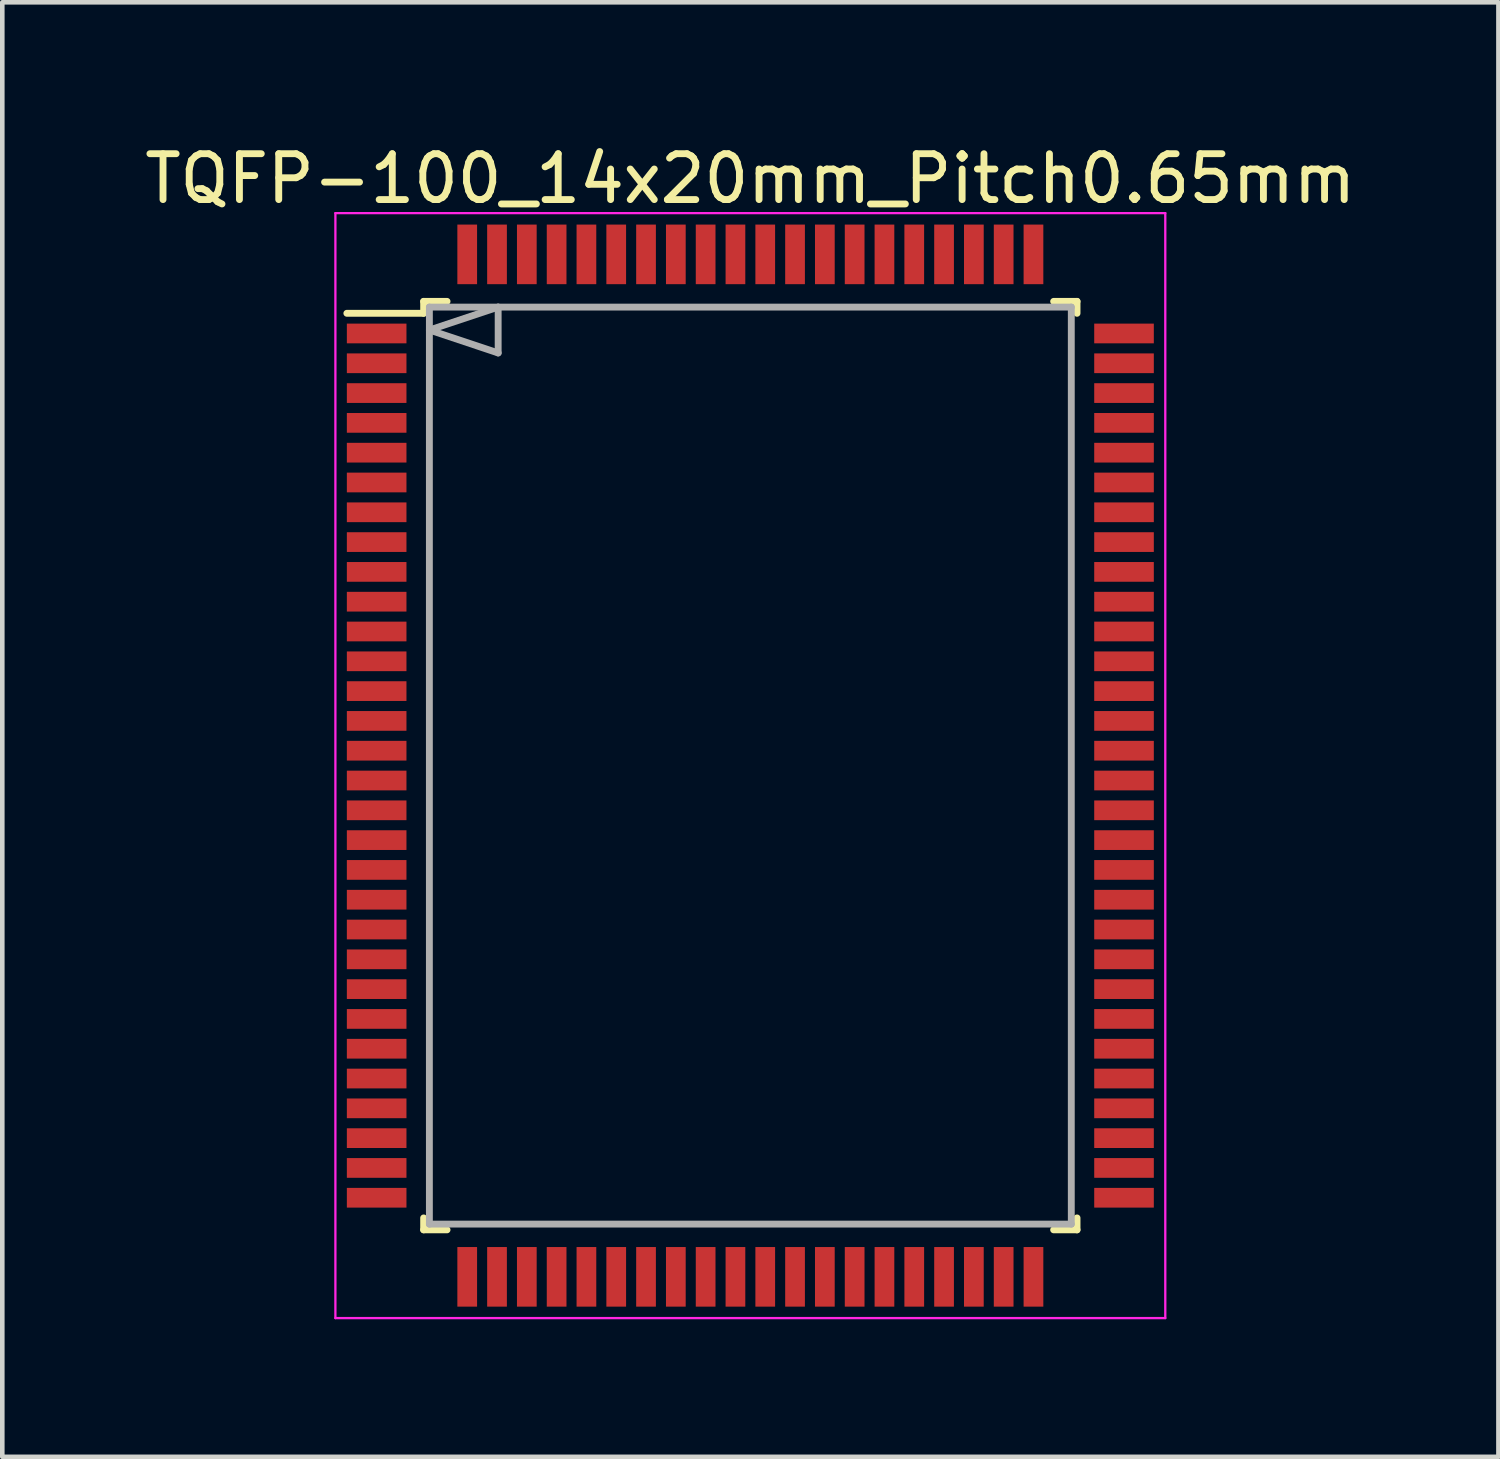
<source format=kicad_pcb>
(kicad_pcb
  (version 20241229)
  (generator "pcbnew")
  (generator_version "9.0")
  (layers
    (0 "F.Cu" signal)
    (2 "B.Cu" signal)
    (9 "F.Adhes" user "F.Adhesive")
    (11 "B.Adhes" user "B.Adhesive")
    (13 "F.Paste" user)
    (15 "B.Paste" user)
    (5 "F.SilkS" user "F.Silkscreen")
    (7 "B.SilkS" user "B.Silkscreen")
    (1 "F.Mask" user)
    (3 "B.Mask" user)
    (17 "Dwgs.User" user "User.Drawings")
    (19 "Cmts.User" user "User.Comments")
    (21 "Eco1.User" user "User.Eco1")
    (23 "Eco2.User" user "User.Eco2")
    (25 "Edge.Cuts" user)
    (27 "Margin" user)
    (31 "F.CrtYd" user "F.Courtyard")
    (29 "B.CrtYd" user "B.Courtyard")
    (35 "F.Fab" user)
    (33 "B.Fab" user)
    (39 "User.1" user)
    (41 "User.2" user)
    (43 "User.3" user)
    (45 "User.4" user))
  (footprint "TQFP-100_14x20mm_Pitch0.65mm"
    (layer "F.Cu")
    (at 13.315 13.648)
    (property "Reference" "TQFP-100_14x20mm_Pitch0.65mm" (at 0 -12.8 0) (layer "F.SilkS") (effects (font (size 1 1) (thickness 0.15))))
    (attr smd)
    (fp_line (start -7.125 -10.125) (end -7.125 -9.865) (stroke (width 0.15) (type solid)) (layer "F.SilkS"))
    (fp_line (start -7.125 -10.125) (end -6.615 -10.125) (stroke (width 0.15) (type solid)) (layer "F.SilkS"))
    (fp_line (start -7.125 -9.865) (end -8.8 -9.865) (stroke (width 0.15) (type solid)) (layer "F.SilkS"))
    (fp_line (start -7.125 10.125) (end -7.125 9.865) (stroke (width 0.15) (type solid)) (layer "F.SilkS"))
    (fp_line (start -7.125 10.125) (end -6.615 10.125) (stroke (width 0.15) (type solid)) (layer "F.SilkS"))
    (fp_line (start 7.125 -10.125) (end 6.615 -10.125) (stroke (width 0.15) (type solid)) (layer "F.SilkS"))
    (fp_line (start 7.125 -10.125) (end 7.125 -9.865) (stroke (width 0.15) (type solid)) (layer "F.SilkS"))
    (fp_line (start 7.125 10.125) (end 6.615 10.125) (stroke (width 0.15) (type solid)) (layer "F.SilkS"))
    (fp_line (start 7.125 10.125) (end 7.125 9.865) (stroke (width 0.15) (type solid)) (layer "F.SilkS"))
    (fp_line (start -9.05 -12.05) (end -9.05 12.05) (stroke (width 0.05) (type solid)) (layer "F.CrtYd"))
    (fp_line (start -9.05 -12.05) (end 9.05 -12.05) (stroke (width 0.05) (type solid)) (layer "F.CrtYd"))
    (fp_line (start -9.05 12.05) (end 9.05 12.05) (stroke (width 0.05) (type solid)) (layer "F.CrtYd"))
    (fp_line (start 9.05 -12.05) (end 9.05 12.05) (stroke (width 0.05) (type solid)) (layer "F.CrtYd"))
    (fp_line (start -7 -10) (end -7 10) (stroke (width 0.15) (type solid)) (layer "F.Fab"))
    (fp_line (start -7 -10) (end 7 -10) (stroke (width 0.15) (type solid)) (layer "F.Fab"))
    (fp_line (start -7 -9.5) (end -5.5 -9) (stroke (width 0.15) (type solid)) (layer "F.Fab"))
    (fp_line (start -7 10) (end 7 10) (stroke (width 0.15) (type solid)) (layer "F.Fab"))
    (fp_line (start -5.5 -10) (end -7 -9.5) (stroke (width 0.15) (type solid)) (layer "F.Fab"))
    (fp_line (start -5.5 -9) (end -5.5 -10) (stroke (width 0.15) (type solid)) (layer "F.Fab"))
    (fp_line (start 7 -10) (end 7 10) (stroke (width 0.15) (type solid)) (layer "F.Fab"))
    (pad "1" smd rect (at -8.15 -9.425) (size 1.3 0.43) (layers "F.Cu" "F.Mask" "F.Paste"))
    (pad "2" smd rect (at -8.15 -8.775) (size 1.3 0.43) (layers "F.Cu" "F.Mask" "F.Paste"))
    (pad "3" smd rect (at -8.15 -8.125) (size 1.3 0.43) (layers "F.Cu" "F.Mask" "F.Paste"))
    (pad "4" smd rect (at -8.15 -7.475) (size 1.3 0.43) (layers "F.Cu" "F.Mask" "F.Paste"))
    (pad "5" smd rect (at -8.15 -6.825) (size 1.3 0.43) (layers "F.Cu" "F.Mask" "F.Paste"))
    (pad "6" smd rect (at -8.15 -6.175) (size 1.3 0.43) (layers "F.Cu" "F.Mask" "F.Paste"))
    (pad "7" smd rect (at -8.15 -5.525) (size 1.3 0.43) (layers "F.Cu" "F.Mask" "F.Paste"))
    (pad "8" smd rect (at -8.15 -4.875) (size 1.3 0.43) (layers "F.Cu" "F.Mask" "F.Paste"))
    (pad "9" smd rect (at -8.15 -4.225) (size 1.3 0.43) (layers "F.Cu" "F.Mask" "F.Paste"))
    (pad "10" smd rect (at -8.15 -3.575) (size 1.3 0.43) (layers "F.Cu" "F.Mask" "F.Paste"))
    (pad "11" smd rect (at -8.15 -2.925) (size 1.3 0.43) (layers "F.Cu" "F.Mask" "F.Paste"))
    (pad "12" smd rect (at -8.15 -2.275) (size 1.3 0.43) (layers "F.Cu" "F.Mask" "F.Paste"))
    (pad "13" smd rect (at -8.15 -1.625) (size 1.3 0.43) (layers "F.Cu" "F.Mask" "F.Paste"))
    (pad "14" smd rect (at -8.15 -0.975) (size 1.3 0.43) (layers "F.Cu" "F.Mask" "F.Paste"))
    (pad "15" smd rect (at -8.15 -0.325) (size 1.3 0.43) (layers "F.Cu" "F.Mask" "F.Paste"))
    (pad "16" smd rect (at -8.15 0.325) (size 1.3 0.43) (layers "F.Cu" "F.Mask" "F.Paste"))
    (pad "17" smd rect (at -8.15 0.975) (size 1.3 0.43) (layers "F.Cu" "F.Mask" "F.Paste"))
    (pad "18" smd rect (at -8.15 1.625) (size 1.3 0.43) (layers "F.Cu" "F.Mask" "F.Paste"))
    (pad "19" smd rect (at -8.15 2.275) (size 1.3 0.43) (layers "F.Cu" "F.Mask" "F.Paste"))
    (pad "20" smd rect (at -8.15 2.925) (size 1.3 0.43) (layers "F.Cu" "F.Mask" "F.Paste"))
    (pad "21" smd rect (at -8.15 3.575) (size 1.3 0.43) (layers "F.Cu" "F.Mask" "F.Paste"))
    (pad "22" smd rect (at -8.15 4.225) (size 1.3 0.43) (layers "F.Cu" "F.Mask" "F.Paste"))
    (pad "23" smd rect (at -8.15 4.875) (size 1.3 0.43) (layers "F.Cu" "F.Mask" "F.Paste"))
    (pad "24" smd rect (at -8.15 5.525) (size 1.3 0.43) (layers "F.Cu" "F.Mask" "F.Paste"))
    (pad "25" smd rect (at -8.15 6.175) (size 1.3 0.43) (layers "F.Cu" "F.Mask" "F.Paste"))
    (pad "26" smd rect (at -8.15 6.825) (size 1.3 0.43) (layers "F.Cu" "F.Mask" "F.Paste"))
    (pad "27" smd rect (at -8.15 7.475) (size 1.3 0.43) (layers "F.Cu" "F.Mask" "F.Paste"))
    (pad "28" smd rect (at -8.15 8.125) (size 1.3 0.43) (layers "F.Cu" "F.Mask" "F.Paste"))
    (pad "29" smd rect (at -8.15 8.775) (size 1.3 0.43) (layers "F.Cu" "F.Mask" "F.Paste"))
    (pad "30" smd rect (at -8.15 9.425) (size 1.3 0.43) (layers "F.Cu" "F.Mask" "F.Paste"))
    (pad "31" smd rect (at -6.175 11.15 90) (size 1.3 0.43) (layers "F.Cu" "F.Mask" "F.Paste"))
    (pad "32" smd rect (at -5.525 11.15 90) (size 1.3 0.43) (layers "F.Cu" "F.Mask" "F.Paste"))
    (pad "33" smd rect (at -4.875 11.15 90) (size 1.3 0.43) (layers "F.Cu" "F.Mask" "F.Paste"))
    (pad "34" smd rect (at -4.225 11.15 90) (size 1.3 0.43) (layers "F.Cu" "F.Mask" "F.Paste"))
    (pad "35" smd rect (at -3.575 11.15 90) (size 1.3 0.43) (layers "F.Cu" "F.Mask" "F.Paste"))
    (pad "36" smd rect (at -2.925 11.15 90) (size 1.3 0.43) (layers "F.Cu" "F.Mask" "F.Paste"))
    (pad "37" smd rect (at -2.275 11.15 90) (size 1.3 0.43) (layers "F.Cu" "F.Mask" "F.Paste"))
    (pad "38" smd rect (at -1.625 11.15 90) (size 1.3 0.43) (layers "F.Cu" "F.Mask" "F.Paste"))
    (pad "39" smd rect (at -0.975 11.15 90) (size 1.3 0.43) (layers "F.Cu" "F.Mask" "F.Paste"))
    (pad "40" smd rect (at -0.325 11.15 90) (size 1.3 0.43) (layers "F.Cu" "F.Mask" "F.Paste"))
    (pad "41" smd rect (at 0.325 11.15 90) (size 1.3 0.43) (layers "F.Cu" "F.Mask" "F.Paste"))
    (pad "42" smd rect (at 0.975 11.15 90) (size 1.3 0.43) (layers "F.Cu" "F.Mask" "F.Paste"))
    (pad "43" smd rect (at 1.625 11.15 90) (size 1.3 0.43) (layers "F.Cu" "F.Mask" "F.Paste"))
    (pad "44" smd rect (at 2.275 11.15 90) (size 1.3 0.43) (layers "F.Cu" "F.Mask" "F.Paste"))
    (pad "45" smd rect (at 2.925 11.15 90) (size 1.3 0.43) (layers "F.Cu" "F.Mask" "F.Paste"))
    (pad "46" smd rect (at 3.575 11.15 90) (size 1.3 0.43) (layers "F.Cu" "F.Mask" "F.Paste"))
    (pad "47" smd rect (at 4.225 11.15 90) (size 1.3 0.43) (layers "F.Cu" "F.Mask" "F.Paste"))
    (pad "48" smd rect (at 4.875 11.15 90) (size 1.3 0.43) (layers "F.Cu" "F.Mask" "F.Paste"))
    (pad "49" smd rect (at 5.525 11.15 90) (size 1.3 0.43) (layers "F.Cu" "F.Mask" "F.Paste"))
    (pad "50" smd rect (at 6.175 11.15 90) (size 1.3 0.43) (layers "F.Cu" "F.Mask" "F.Paste"))
    (pad "51" smd rect (at 8.15 9.425) (size 1.3 0.43) (layers "F.Cu" "F.Mask" "F.Paste"))
    (pad "52" smd rect (at 8.15 8.775) (size 1.3 0.43) (layers "F.Cu" "F.Mask" "F.Paste"))
    (pad "53" smd rect (at 8.15 8.125) (size 1.3 0.43) (layers "F.Cu" "F.Mask" "F.Paste"))
    (pad "54" smd rect (at 8.15 7.475) (size 1.3 0.43) (layers "F.Cu" "F.Mask" "F.Paste"))
    (pad "55" smd rect (at 8.15 6.825) (size 1.3 0.43) (layers "F.Cu" "F.Mask" "F.Paste"))
    (pad "56" smd rect (at 8.15 6.175) (size 1.3 0.43) (layers "F.Cu" "F.Mask" "F.Paste"))
    (pad "57" smd rect (at 8.15 5.525) (size 1.3 0.43) (layers "F.Cu" "F.Mask" "F.Paste"))
    (pad "58" smd rect (at 8.15 4.875) (size 1.3 0.43) (layers "F.Cu" "F.Mask" "F.Paste"))
    (pad "59" smd rect (at 8.15 4.225) (size 1.3 0.43) (layers "F.Cu" "F.Mask" "F.Paste"))
    (pad "60" smd rect (at 8.15 3.575) (size 1.3 0.43) (layers "F.Cu" "F.Mask" "F.Paste"))
    (pad "61" smd rect (at 8.15 2.925) (size 1.3 0.43) (layers "F.Cu" "F.Mask" "F.Paste"))
    (pad "62" smd rect (at 8.15 2.275) (size 1.3 0.43) (layers "F.Cu" "F.Mask" "F.Paste"))
    (pad "63" smd rect (at 8.15 1.625) (size 1.3 0.43) (layers "F.Cu" "F.Mask" "F.Paste"))
    (pad "64" smd rect (at 8.15 0.975) (size 1.3 0.43) (layers "F.Cu" "F.Mask" "F.Paste"))
    (pad "65" smd rect (at 8.15 0.325) (size 1.3 0.43) (layers "F.Cu" "F.Mask" "F.Paste"))
    (pad "66" smd rect (at 8.15 -0.325) (size 1.3 0.43) (layers "F.Cu" "F.Mask" "F.Paste"))
    (pad "67" smd rect (at 8.15 -0.975) (size 1.3 0.43) (layers "F.Cu" "F.Mask" "F.Paste"))
    (pad "68" smd rect (at 8.15 -1.625) (size 1.3 0.43) (layers "F.Cu" "F.Mask" "F.Paste"))
    (pad "69" smd rect (at 8.15 -2.275) (size 1.3 0.43) (layers "F.Cu" "F.Mask" "F.Paste"))
    (pad "70" smd rect (at 8.15 -2.925) (size 1.3 0.43) (layers "F.Cu" "F.Mask" "F.Paste"))
    (pad "71" smd rect (at 8.15 -3.575) (size 1.3 0.43) (layers "F.Cu" "F.Mask" "F.Paste"))
    (pad "72" smd rect (at 8.15 -4.225) (size 1.3 0.43) (layers "F.Cu" "F.Mask" "F.Paste"))
    (pad "73" smd rect (at 8.15 -4.875) (size 1.3 0.43) (layers "F.Cu" "F.Mask" "F.Paste"))
    (pad "74" smd rect (at 8.15 -5.525) (size 1.3 0.43) (layers "F.Cu" "F.Mask" "F.Paste"))
    (pad "75" smd rect (at 8.15 -6.175) (size 1.3 0.43) (layers "F.Cu" "F.Mask" "F.Paste"))
    (pad "76" smd rect (at 8.15 -6.825) (size 1.3 0.43) (layers "F.Cu" "F.Mask" "F.Paste"))
    (pad "77" smd rect (at 8.15 -7.475) (size 1.3 0.43) (layers "F.Cu" "F.Mask" "F.Paste"))
    (pad "78" smd rect (at 8.15 -8.125) (size 1.3 0.43) (layers "F.Cu" "F.Mask" "F.Paste"))
    (pad "79" smd rect (at 8.15 -8.775) (size 1.3 0.43) (layers "F.Cu" "F.Mask" "F.Paste"))
    (pad "80" smd rect (at 8.15 -9.425) (size 1.3 0.43) (layers "F.Cu" "F.Mask" "F.Paste"))
    (pad "81" smd rect (at 6.175 -11.15 90) (size 1.3 0.43) (layers "F.Cu" "F.Mask" "F.Paste"))
    (pad "82" smd rect (at 5.525 -11.15 90) (size 1.3 0.43) (layers "F.Cu" "F.Mask" "F.Paste"))
    (pad "83" smd rect (at 4.875 -11.15 90) (size 1.3 0.43) (layers "F.Cu" "F.Mask" "F.Paste"))
    (pad "84" smd rect (at 4.225 -11.15 90) (size 1.3 0.43) (layers "F.Cu" "F.Mask" "F.Paste"))
    (pad "85" smd rect (at 3.575 -11.15 90) (size 1.3 0.43) (layers "F.Cu" "F.Mask" "F.Paste"))
    (pad "86" smd rect (at 2.925 -11.15 90) (size 1.3 0.43) (layers "F.Cu" "F.Mask" "F.Paste"))
    (pad "87" smd rect (at 2.275 -11.15 90) (size 1.3 0.43) (layers "F.Cu" "F.Mask" "F.Paste"))
    (pad "88" smd rect (at 1.625 -11.15 90) (size 1.3 0.43) (layers "F.Cu" "F.Mask" "F.Paste"))
    (pad "89" smd rect (at 0.975 -11.15 90) (size 1.3 0.43) (layers "F.Cu" "F.Mask" "F.Paste"))
    (pad "90" smd rect (at 0.325 -11.15 90) (size 1.3 0.43) (layers "F.Cu" "F.Mask" "F.Paste"))
    (pad "91" smd rect (at -0.325 -11.15 90) (size 1.3 0.43) (layers "F.Cu" "F.Mask" "F.Paste"))
    (pad "92" smd rect (at -0.975 -11.15 90) (size 1.3 0.43) (layers "F.Cu" "F.Mask" "F.Paste"))
    (pad "93" smd rect (at -1.625 -11.15 90) (size 1.3 0.43) (layers "F.Cu" "F.Mask" "F.Paste"))
    (pad "94" smd rect (at -2.275 -11.15 90) (size 1.3 0.43) (layers "F.Cu" "F.Mask" "F.Paste"))
    (pad "95" smd rect (at -2.925 -11.15 90) (size 1.3 0.43) (layers "F.Cu" "F.Mask" "F.Paste"))
    (pad "96" smd rect (at -3.575 -11.15 90) (size 1.3 0.43) (layers "F.Cu" "F.Mask" "F.Paste"))
    (pad "97" smd rect (at -4.225 -11.15 90) (size 1.3 0.43) (layers "F.Cu" "F.Mask" "F.Paste"))
    (pad "98" smd rect (at -4.875 -11.15 90) (size 1.3 0.43) (layers "F.Cu" "F.Mask" "F.Paste"))
    (pad "99" smd rect (at -5.525 -11.15 90) (size 1.3 0.43) (layers "F.Cu" "F.Mask" "F.Paste"))
    (pad "100" smd rect (at -6.175 -11.15 90) (size 1.3 0.43) (layers "F.Cu" "F.Mask" "F.Paste")))
  (gr_rect
    (start -3 -3)
    (end 29.631 28.723)
    (stroke (width 0.1) (type default))
    (fill no)
    (layer "Edge.Cuts")))
</source>
